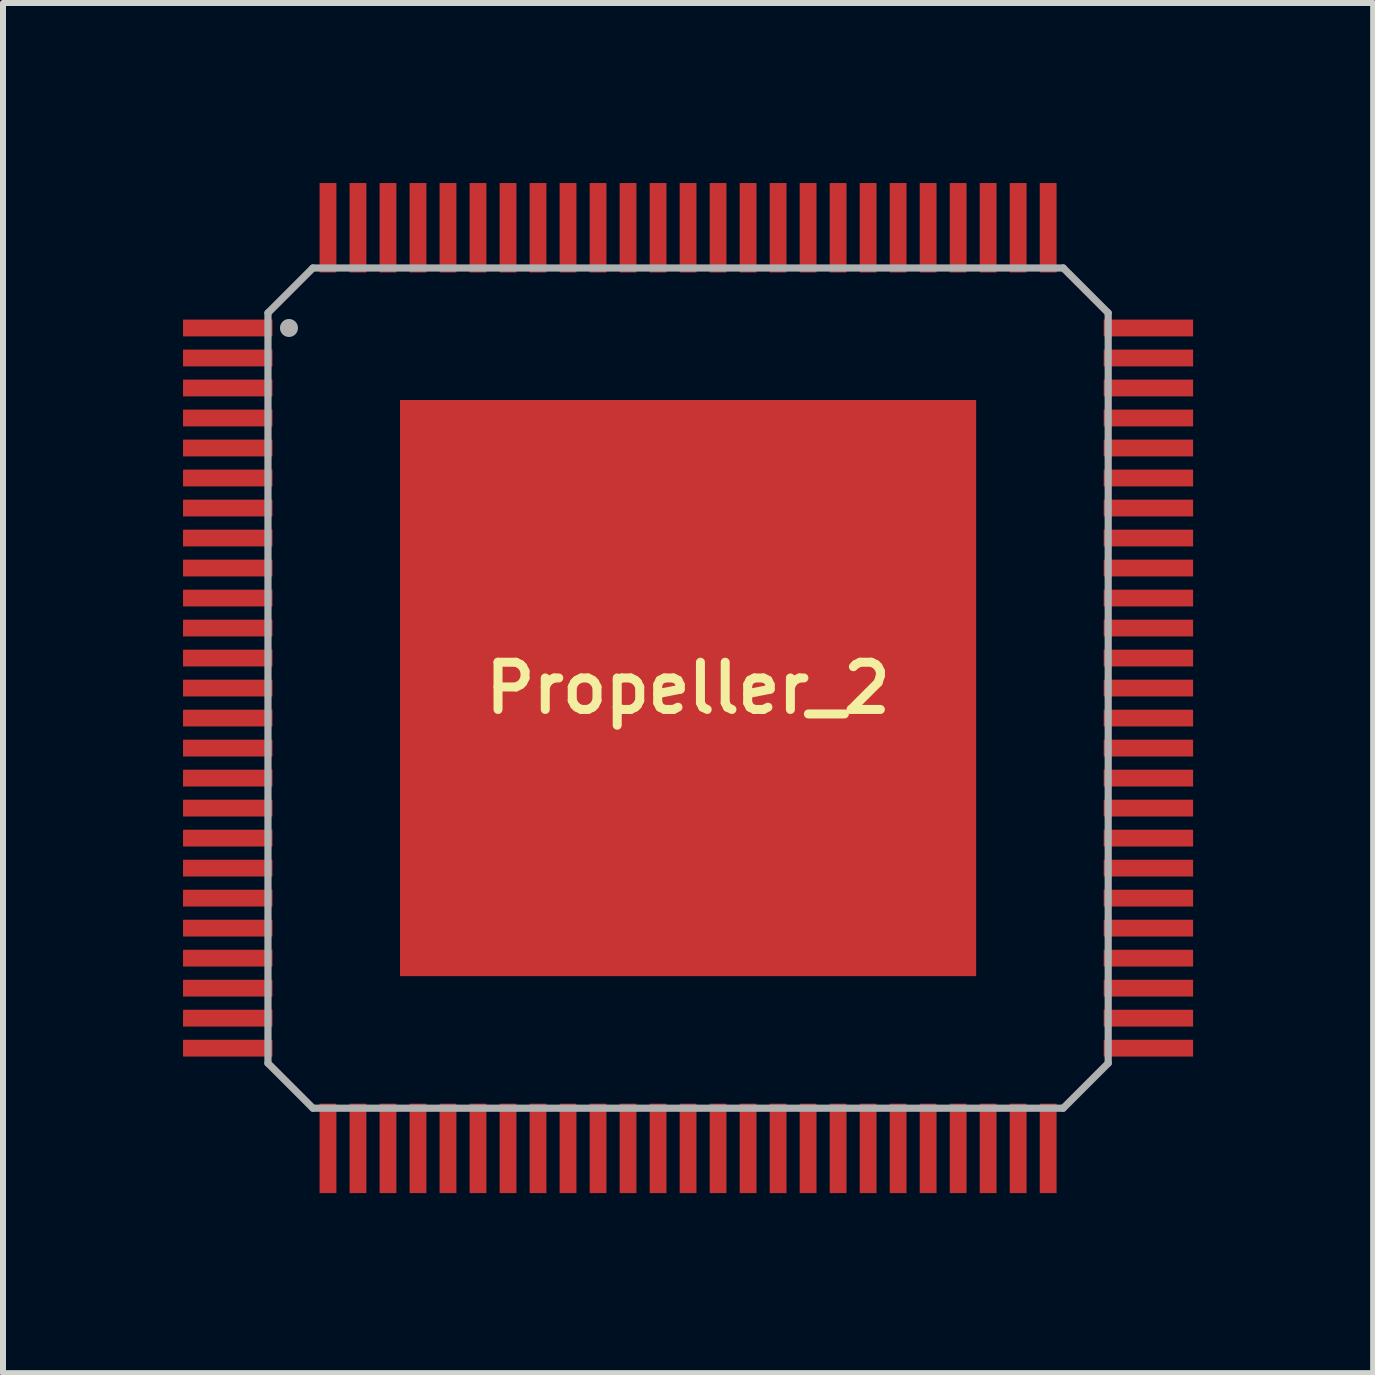
<source format=kicad_pcb>
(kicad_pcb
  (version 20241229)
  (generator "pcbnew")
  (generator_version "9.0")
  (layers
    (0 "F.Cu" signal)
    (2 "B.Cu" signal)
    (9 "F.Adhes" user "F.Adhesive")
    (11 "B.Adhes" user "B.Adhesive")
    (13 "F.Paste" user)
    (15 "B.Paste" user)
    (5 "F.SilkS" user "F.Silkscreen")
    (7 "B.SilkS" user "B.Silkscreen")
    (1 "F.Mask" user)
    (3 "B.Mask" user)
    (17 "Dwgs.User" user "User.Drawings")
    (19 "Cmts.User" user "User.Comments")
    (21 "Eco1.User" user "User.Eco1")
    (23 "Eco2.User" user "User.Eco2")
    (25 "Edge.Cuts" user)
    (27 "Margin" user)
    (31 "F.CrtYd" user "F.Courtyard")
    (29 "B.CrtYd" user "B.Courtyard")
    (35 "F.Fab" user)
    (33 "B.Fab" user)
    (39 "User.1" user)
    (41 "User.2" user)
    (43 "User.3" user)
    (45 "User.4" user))
  (footprint "Propeller_2"
    (layer "F.Cu")
    (at 8.415 8.415)
    (property "Reference" "Propeller_2" (at 0 0 0) (layer "F.SilkS") (effects (font (size 0.787 0.787) (thickness 0.15))))
    (attr smd)
    (fp_line (start -7 6.251) (end -7 -6.251) (stroke (width 0.12) (type solid)) (layer "F.Fab"))
    (fp_line (start -6.251 -7) (end -7 -6.251) (stroke (width 0.12) (type solid)) (layer "F.Fab"))
    (fp_line (start -6.251 -7) (end 6.251 -7) (stroke (width 0.12) (type solid)) (layer "F.Fab"))
    (fp_line (start -6.251 7) (end -7 6.251) (stroke (width 0.12) (type solid)) (layer "F.Fab"))
    (fp_line (start -6.251 7) (end 6.251 7) (stroke (width 0.12) (type solid)) (layer "F.Fab"))
    (fp_line (start 7 -6.251) (end 6.251 -7) (stroke (width 0.12) (type solid)) (layer "F.Fab"))
    (fp_line (start 7 6.251) (end 6.251 7) (stroke (width 0.12) (type solid)) (layer "F.Fab"))
    (fp_line (start 7 6.251) (end 7 -6.251) (stroke (width 0.12) (type solid)) (layer "F.Fab"))
    (fp_circle (center -6.65 -6) (end -6.5 -6) (stroke (width 0) (type solid)) (fill yes) (layer "F.Fab"))
    (pad "1" smd rect (at -7.67 -6 90) (size 0.28 1.49) (layers "F.Cu" "F.Mask" "F.Paste"))
    (pad "2" smd rect (at -7.67 -5.5 90) (size 0.28 1.49) (layers "F.Cu" "F.Mask" "F.Paste"))
    (pad "3" smd rect (at -7.67 -5 90) (size 0.28 1.49) (layers "F.Cu" "F.Mask" "F.Paste"))
    (pad "4" smd rect (at -7.67 -4.5 90) (size 0.28 1.49) (layers "F.Cu" "F.Mask" "F.Paste"))
    (pad "5" smd rect (at -7.67 -4 90) (size 0.28 1.49) (layers "F.Cu" "F.Mask" "F.Paste"))
    (pad "6" smd rect (at -7.67 -3.5 90) (size 0.28 1.49) (layers "F.Cu" "F.Mask" "F.Paste"))
    (pad "7" smd rect (at -7.67 -3 90) (size 0.28 1.49) (layers "F.Cu" "F.Mask" "F.Paste"))
    (pad "8" smd rect (at -7.67 -2.5 90) (size 0.28 1.49) (layers "F.Cu" "F.Mask" "F.Paste"))
    (pad "9" smd rect (at -7.67 -2 90) (size 0.28 1.49) (layers "F.Cu" "F.Mask" "F.Paste"))
    (pad "10" smd rect (at -7.67 -1.5 90) (size 0.28 1.49) (layers "F.Cu" "F.Mask" "F.Paste"))
    (pad "11" smd rect (at -7.67 -1 90) (size 0.28 1.49) (layers "F.Cu" "F.Mask" "F.Paste"))
    (pad "12" smd rect (at -7.67 -0.5 90) (size 0.28 1.49) (layers "F.Cu" "F.Mask" "F.Paste"))
    (pad "13" smd rect (at -7.67 0 90) (size 0.28 1.49) (layers "F.Cu" "F.Mask" "F.Paste"))
    (pad "14" smd rect (at -7.67 0.5 90) (size 0.28 1.49) (layers "F.Cu" "F.Mask" "F.Paste"))
    (pad "15" smd rect (at -7.67 1 90) (size 0.28 1.49) (layers "F.Cu" "F.Mask" "F.Paste"))
    (pad "16" smd rect (at -7.67 1.5 90) (size 0.28 1.49) (layers "F.Cu" "F.Mask" "F.Paste"))
    (pad "17" smd rect (at -7.67 2 90) (size 0.28 1.49) (layers "F.Cu" "F.Mask" "F.Paste"))
    (pad "18" smd rect (at -7.67 2.5 90) (size 0.28 1.49) (layers "F.Cu" "F.Mask" "F.Paste"))
    (pad "19" smd rect (at -7.67 3 90) (size 0.28 1.49) (layers "F.Cu" "F.Mask" "F.Paste"))
    (pad "20" smd rect (at -7.67 3.5 90) (size 0.28 1.49) (layers "F.Cu" "F.Mask" "F.Paste"))
    (pad "21" smd rect (at -7.67 4 90) (size 0.28 1.49) (layers "F.Cu" "F.Mask" "F.Paste"))
    (pad "22" smd rect (at -7.67 4.5 90) (size 0.28 1.49) (layers "F.Cu" "F.Mask" "F.Paste"))
    (pad "23" smd rect (at -7.67 5 90) (size 0.28 1.49) (layers "F.Cu" "F.Mask" "F.Paste"))
    (pad "24" smd rect (at -7.67 5.5 90) (size 0.28 1.49) (layers "F.Cu" "F.Mask" "F.Paste"))
    (pad "25" smd rect (at -7.67 6 90) (size 0.28 1.49) (layers "F.Cu" "F.Mask" "F.Paste"))
    (pad "26" smd rect (at -6 7.67) (size 0.28 1.49) (layers "F.Cu" "F.Mask" "F.Paste"))
    (pad "27" smd rect (at -5.5 7.67) (size 0.28 1.49) (layers "F.Cu" "F.Mask" "F.Paste"))
    (pad "28" smd rect (at -5 7.67) (size 0.28 1.49) (layers "F.Cu" "F.Mask" "F.Paste"))
    (pad "29" smd rect (at -4.5 7.67) (size 0.28 1.49) (layers "F.Cu" "F.Mask" "F.Paste"))
    (pad "30" smd rect (at -4 7.67) (size 0.28 1.49) (layers "F.Cu" "F.Mask" "F.Paste"))
    (pad "31" smd rect (at -3.5 7.67) (size 0.28 1.49) (layers "F.Cu" "F.Mask" "F.Paste"))
    (pad "32" smd rect (at -3 7.67) (size 0.28 1.49) (layers "F.Cu" "F.Mask" "F.Paste"))
    (pad "33" smd rect (at -2.5 7.67) (size 0.28 1.49) (layers "F.Cu" "F.Mask" "F.Paste"))
    (pad "34" smd rect (at -2 7.67) (size 0.28 1.49) (layers "F.Cu" "F.Mask" "F.Paste"))
    (pad "35" smd rect (at -1.5 7.67) (size 0.28 1.49) (layers "F.Cu" "F.Mask" "F.Paste"))
    (pad "36" smd rect (at -1 7.67) (size 0.28 1.49) (layers "F.Cu" "F.Mask" "F.Paste"))
    (pad "37" smd rect (at -0.5 7.67) (size 0.28 1.49) (layers "F.Cu" "F.Mask" "F.Paste"))
    (pad "38" smd rect (at 0 7.67) (size 0.28 1.49) (layers "F.Cu" "F.Mask" "F.Paste"))
    (pad "39" smd rect (at 0.5 7.67) (size 0.28 1.49) (layers "F.Cu" "F.Mask" "F.Paste"))
    (pad "40" smd rect (at 1 7.67) (size 0.28 1.49) (layers "F.Cu" "F.Mask" "F.Paste"))
    (pad "41" smd rect (at 1.5 7.67) (size 0.28 1.49) (layers "F.Cu" "F.Mask" "F.Paste"))
    (pad "42" smd rect (at 2 7.67) (size 0.28 1.49) (layers "F.Cu" "F.Mask" "F.Paste"))
    (pad "43" smd rect (at 2.5 7.67) (size 0.28 1.49) (layers "F.Cu" "F.Mask" "F.Paste"))
    (pad "44" smd rect (at 3 7.67) (size 0.28 1.49) (layers "F.Cu" "F.Mask" "F.Paste"))
    (pad "45" smd rect (at 3.5 7.67) (size 0.28 1.49) (layers "F.Cu" "F.Mask" "F.Paste"))
    (pad "46" smd rect (at 4 7.67) (size 0.28 1.49) (layers "F.Cu" "F.Mask" "F.Paste"))
    (pad "47" smd rect (at 4.5 7.67) (size 0.28 1.49) (layers "F.Cu" "F.Mask" "F.Paste"))
    (pad "48" smd rect (at 5 7.67) (size 0.28 1.49) (layers "F.Cu" "F.Mask" "F.Paste"))
    (pad "49" smd rect (at 5.5 7.67) (size 0.28 1.49) (layers "F.Cu" "F.Mask" "F.Paste"))
    (pad "50" smd rect (at 6 7.67) (size 0.28 1.49) (layers "F.Cu" "F.Mask" "F.Paste"))
    (pad "51" smd rect (at 7.67 6 90) (size 0.28 1.49) (layers "F.Cu" "F.Mask" "F.Paste"))
    (pad "52" smd rect (at 7.67 5.5 90) (size 0.28 1.49) (layers "F.Cu" "F.Mask" "F.Paste"))
    (pad "53" smd rect (at 7.67 5 90) (size 0.28 1.49) (layers "F.Cu" "F.Mask" "F.Paste"))
    (pad "54" smd rect (at 7.67 4.5 90) (size 0.28 1.49) (layers "F.Cu" "F.Mask" "F.Paste"))
    (pad "55" smd rect (at 7.67 4 90) (size 0.28 1.49) (layers "F.Cu" "F.Mask" "F.Paste"))
    (pad "56" smd rect (at 7.67 3.5 90) (size 0.28 1.49) (layers "F.Cu" "F.Mask" "F.Paste"))
    (pad "57" smd rect (at 7.67 3 90) (size 0.28 1.49) (layers "F.Cu" "F.Mask" "F.Paste"))
    (pad "58" smd rect (at 7.67 2.5 90) (size 0.28 1.49) (layers "F.Cu" "F.Mask" "F.Paste"))
    (pad "59" smd rect (at 7.67 2 90) (size 0.28 1.49) (layers "F.Cu" "F.Mask" "F.Paste"))
    (pad "60" smd rect (at 7.67 1.5 90) (size 0.28 1.49) (layers "F.Cu" "F.Mask" "F.Paste"))
    (pad "61" smd rect (at 7.67 1 90) (size 0.28 1.49) (layers "F.Cu" "F.Mask" "F.Paste"))
    (pad "62" smd rect (at 7.67 0.5 90) (size 0.28 1.49) (layers "F.Cu" "F.Mask" "F.Paste"))
    (pad "63" smd rect (at 7.67 0 90) (size 0.28 1.49) (layers "F.Cu" "F.Mask" "F.Paste"))
    (pad "64" smd rect (at 7.67 -0.5 90) (size 0.28 1.49) (layers "F.Cu" "F.Mask" "F.Paste"))
    (pad "65" smd rect (at 7.67 -1 90) (size 0.28 1.49) (layers "F.Cu" "F.Mask" "F.Paste"))
    (pad "66" smd rect (at 7.67 -1.5 90) (size 0.28 1.49) (layers "F.Cu" "F.Mask" "F.Paste"))
    (pad "67" smd rect (at 7.67 -2 90) (size 0.28 1.49) (layers "F.Cu" "F.Mask" "F.Paste"))
    (pad "68" smd rect (at 7.67 -2.5 90) (size 0.28 1.49) (layers "F.Cu" "F.Mask" "F.Paste"))
    (pad "69" smd rect (at 7.67 -3 90) (size 0.28 1.49) (layers "F.Cu" "F.Mask" "F.Paste"))
    (pad "70" smd rect (at 7.67 -3.5 90) (size 0.28 1.49) (layers "F.Cu" "F.Mask" "F.Paste"))
    (pad "71" smd rect (at 7.67 -4 90) (size 0.28 1.49) (layers "F.Cu" "F.Mask" "F.Paste"))
    (pad "72" smd rect (at 7.67 -4.5 90) (size 0.28 1.49) (layers "F.Cu" "F.Mask" "F.Paste"))
    (pad "73" smd rect (at 7.67 -5 90) (size 0.28 1.49) (layers "F.Cu" "F.Mask" "F.Paste"))
    (pad "74" smd rect (at 7.67 -5.5 90) (size 0.28 1.49) (layers "F.Cu" "F.Mask" "F.Paste"))
    (pad "75" smd rect (at 7.67 -6 90) (size 0.28 1.49) (layers "F.Cu" "F.Mask" "F.Paste"))
    (pad "76" smd rect (at 6 -7.67) (size 0.28 1.49) (layers "F.Cu" "F.Mask" "F.Paste"))
    (pad "77" smd rect (at 5.5 -7.67) (size 0.28 1.49) (layers "F.Cu" "F.Mask" "F.Paste"))
    (pad "78" smd rect (at 5 -7.67) (size 0.28 1.49) (layers "F.Cu" "F.Mask" "F.Paste"))
    (pad "79" smd rect (at 4.5 -7.67) (size 0.28 1.49) (layers "F.Cu" "F.Mask" "F.Paste"))
    (pad "80" smd rect (at 4 -7.67) (size 0.28 1.49) (layers "F.Cu" "F.Mask" "F.Paste"))
    (pad "81" smd rect (at 3.5 -7.67) (size 0.28 1.49) (layers "F.Cu" "F.Mask" "F.Paste"))
    (pad "82" smd rect (at 3 -7.67) (size 0.28 1.49) (layers "F.Cu" "F.Mask" "F.Paste"))
    (pad "83" smd rect (at 2.5 -7.67) (size 0.28 1.49) (layers "F.Cu" "F.Mask" "F.Paste"))
    (pad "84" smd rect (at 2 -7.67) (size 0.28 1.49) (layers "F.Cu" "F.Mask" "F.Paste"))
    (pad "85" smd rect (at 1.5 -7.67) (size 0.28 1.49) (layers "F.Cu" "F.Mask" "F.Paste"))
    (pad "86" smd rect (at 1 -7.67) (size 0.28 1.49) (layers "F.Cu" "F.Mask" "F.Paste"))
    (pad "87" smd rect (at 0.5 -7.67) (size 0.28 1.49) (layers "F.Cu" "F.Mask" "F.Paste"))
    (pad "88" smd rect (at 0 -7.67) (size 0.28 1.49) (layers "F.Cu" "F.Mask" "F.Paste"))
    (pad "89" smd rect (at -0.5 -7.67) (size 0.28 1.49) (layers "F.Cu" "F.Mask" "F.Paste"))
    (pad "90" smd rect (at -1 -7.67) (size 0.28 1.49) (layers "F.Cu" "F.Mask" "F.Paste"))
    (pad "91" smd rect (at -1.5 -7.67) (size 0.28 1.49) (layers "F.Cu" "F.Mask" "F.Paste"))
    (pad "92" smd rect (at -2 -7.67) (size 0.28 1.49) (layers "F.Cu" "F.Mask" "F.Paste"))
    (pad "93" smd rect (at -2.5 -7.67) (size 0.28 1.49) (layers "F.Cu" "F.Mask" "F.Paste"))
    (pad "94" smd rect (at -3 -7.67) (size 0.28 1.49) (layers "F.Cu" "F.Mask" "F.Paste"))
    (pad "95" smd rect (at -3.5 -7.67) (size 0.28 1.49) (layers "F.Cu" "F.Mask" "F.Paste"))
    (pad "96" smd rect (at -4 -7.67) (size 0.28 1.49) (layers "F.Cu" "F.Mask" "F.Paste"))
    (pad "97" smd rect (at -4.5 -7.67) (size 0.28 1.49) (layers "F.Cu" "F.Mask" "F.Paste"))
    (pad "98" smd rect (at -5 -7.67) (size 0.28 1.49) (layers "F.Cu" "F.Mask" "F.Paste"))
    (pad "99" smd rect (at -5.5 -7.67) (size 0.28 1.49) (layers "F.Cu" "F.Mask" "F.Paste"))
    (pad "100" smd rect (at -6 -7.67) (size 0.28 1.49) (layers "F.Cu" "F.Mask" "F.Paste"))
    (pad "EP" smd rect (at 0 0) (size 9.6 9.6) (layers "F.Cu" "F.Mask" "F.Paste")))
  (gr_rect
    (start -3 -3)
    (end 19.83 19.83)
    (stroke (width 0.1) (type default))
    (fill no)
    (layer "Edge.Cuts")))
</source>
